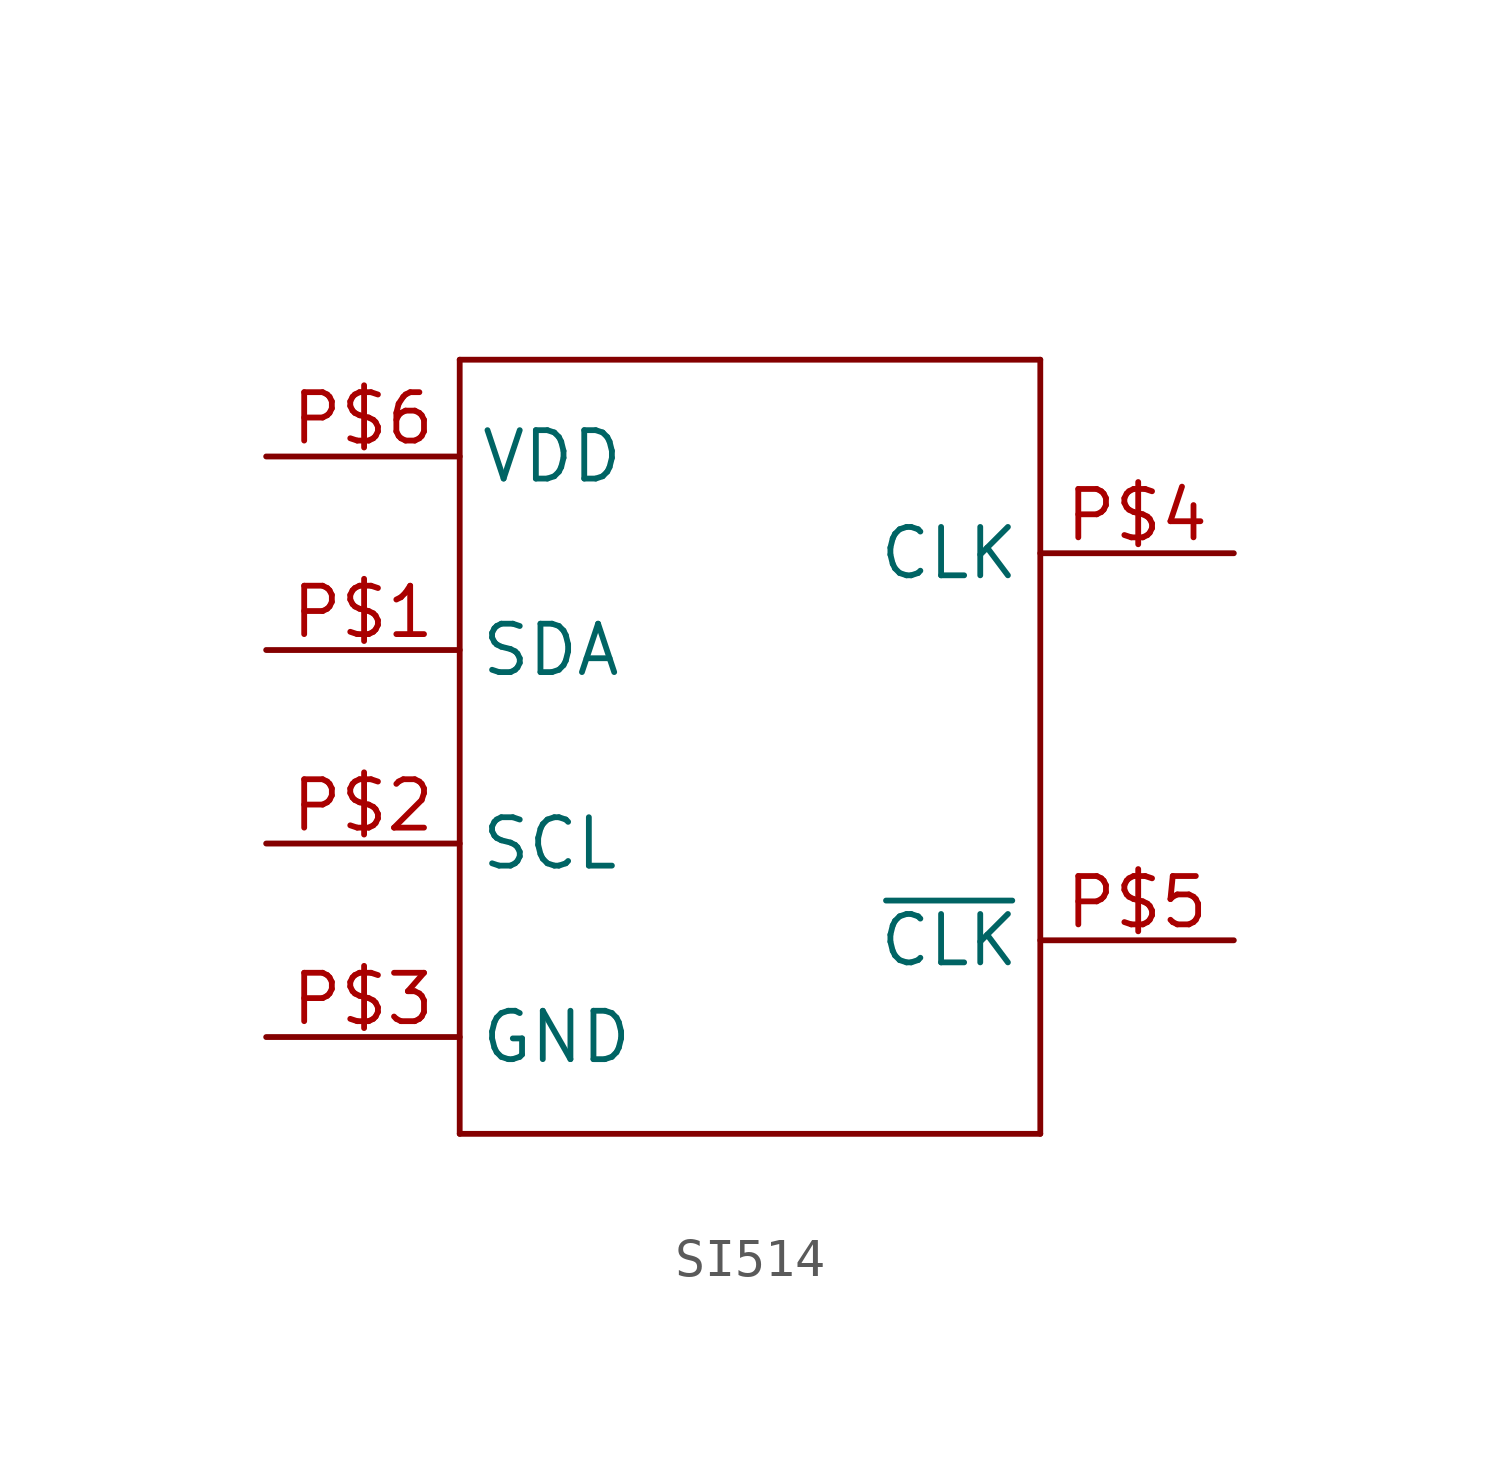
<source format=kicad_sym>
(kicad_symbol_lib
  (version 20231120)
  (generator "kicad_symbol_editor")
  (generator_version "8.0")
  (symbol "SI514"
    (property "Reference" ""
      (at -10.16 12.7 0)
      (effects (font (size 1.778 1.511)) (justify left bottom) (hide yes)))
    (property "Value" ""
      (at 2.54 12.7 0)
      (effects (font (size 1.778 1.511)) (justify left bottom)))
    (property "ki_locked" ""
      (at 0 0 0)
      (effects (font (size 1.27 1.27))))
    (symbol "SI514_1_0"
      (polyline (pts (xy -7.62 -10.16) (xy -7.62 10.16)) (stroke (width 0.152) (type solid)) (fill (type none)))
      (polyline (pts (xy -7.62 10.16) (xy 7.62 10.16)) (stroke (width 0.152) (type solid)) (fill (type none)))
      (polyline (pts (xy 7.62 -10.16) (xy -7.62 -10.16)) (stroke (width 0.152) (type solid)) (fill (type none)))
      (polyline (pts (xy 7.62 10.16) (xy 7.62 -10.16)) (stroke (width 0.152) (type solid)) (fill (type none)))
      (pin bidirectional line (at -12.7 2.54 0) (length 5.08) (name "SDA" (effects (font (size 1.27 1.27)))) (number "P$1" (effects (font (size 1.27 1.27)))))
      (pin bidirectional line (at -12.7 -2.54 0) (length 5.08) (name "SCL" (effects (font (size 1.27 1.27)))) (number "P$2" (effects (font (size 1.27 1.27)))))
      (pin bidirectional line (at -12.7 -7.62 0) (length 5.08) (name "GND" (effects (font (size 1.27 1.27)))) (number "P$3" (effects (font (size 1.27 1.27)))))
      (pin bidirectional line (at 12.7 5.08 180) (length 5.08) (name "CLK" (effects (font (size 1.27 1.27)))) (number "P$4" (effects (font (size 1.27 1.27)))))
      (pin bidirectional line (at 12.7 -5.08 180) (length 5.08) (name "~{CLK}" (effects (font (size 1.27 1.27)))) (number "P$5" (effects (font (size 1.27 1.27)))))
      (pin bidirectional line (at -12.7 7.62 0) (length 5.08) (name "VDD" (effects (font (size 1.27 1.27)))) (number "P$6" (effects (font (size 1.27 1.27))))))))
</source>
